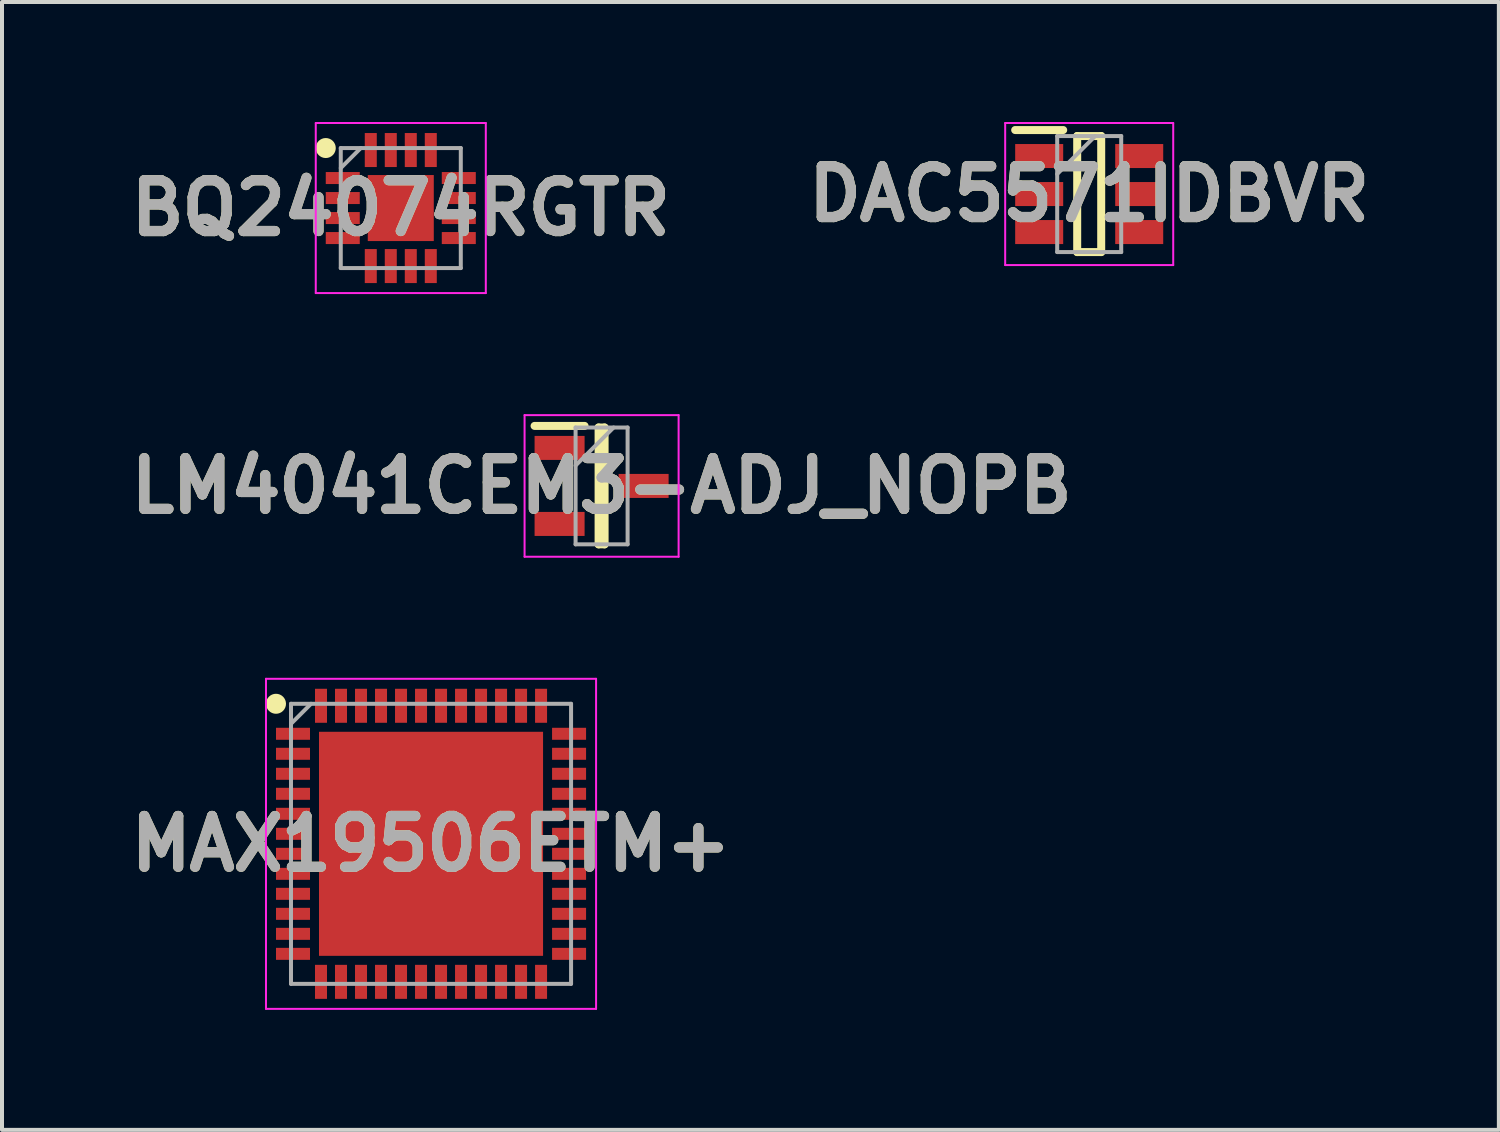
<source format=kicad_pcb>
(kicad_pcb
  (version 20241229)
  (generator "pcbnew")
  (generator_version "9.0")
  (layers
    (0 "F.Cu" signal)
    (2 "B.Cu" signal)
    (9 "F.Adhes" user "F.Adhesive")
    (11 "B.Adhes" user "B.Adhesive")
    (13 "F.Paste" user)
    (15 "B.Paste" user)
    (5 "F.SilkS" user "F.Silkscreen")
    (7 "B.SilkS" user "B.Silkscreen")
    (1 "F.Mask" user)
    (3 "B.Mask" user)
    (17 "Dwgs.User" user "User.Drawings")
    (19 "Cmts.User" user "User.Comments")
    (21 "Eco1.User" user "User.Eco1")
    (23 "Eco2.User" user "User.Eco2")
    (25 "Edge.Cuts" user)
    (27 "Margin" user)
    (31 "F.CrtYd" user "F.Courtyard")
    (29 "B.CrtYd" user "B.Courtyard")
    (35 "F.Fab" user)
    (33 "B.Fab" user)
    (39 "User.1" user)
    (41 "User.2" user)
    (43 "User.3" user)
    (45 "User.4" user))
  (footprint "DAC5571IDBVR"
    (layer "F.Cu")
    (at 24.173 1.8)
    (property "Reference" "DAC5571IDBVR" (at 0 0 0) (layer "F.SilkS") (effects (font (size 1.27 1.27) (thickness 0.254))))
    (attr smd)
    (fp_line (start -1.85 -1.6) (end -0.65 -1.6) (stroke (width 0.2) (type solid)) (layer "F.SilkS"))
    (fp_line (start -0.3 -1.45) (end 0.3 -1.45) (stroke (width 0.2) (type solid)) (layer "F.SilkS"))
    (fp_line (start -0.3 1.45) (end -0.3 -1.45) (stroke (width 0.2) (type solid)) (layer "F.SilkS"))
    (fp_line (start 0.3 -1.45) (end 0.3 1.45) (stroke (width 0.2) (type solid)) (layer "F.SilkS"))
    (fp_line (start 0.3 1.45) (end -0.3 1.45) (stroke (width 0.2) (type solid)) (layer "F.SilkS"))
    (fp_line (start -2.1 -1.775) (end 2.1 -1.775) (stroke (width 0.05) (type solid)) (layer "F.CrtYd"))
    (fp_line (start -2.1 1.775) (end -2.1 -1.775) (stroke (width 0.05) (type solid)) (layer "F.CrtYd"))
    (fp_line (start 2.1 -1.775) (end 2.1 1.775) (stroke (width 0.05) (type solid)) (layer "F.CrtYd"))
    (fp_line (start 2.1 1.775) (end -2.1 1.775) (stroke (width 0.05) (type solid)) (layer "F.CrtYd"))
    (fp_line (start -0.8 -1.45) (end 0.8 -1.45) (stroke (width 0.1) (type solid)) (layer "F.Fab"))
    (fp_line (start -0.8 -0.5) (end 0.15 -1.45) (stroke (width 0.1) (type solid)) (layer "F.Fab"))
    (fp_line (start -0.8 1.45) (end -0.8 -1.45) (stroke (width 0.1) (type solid)) (layer "F.Fab"))
    (fp_line (start 0.8 -1.45) (end 0.8 1.45) (stroke (width 0.1) (type solid)) (layer "F.Fab"))
    (fp_line (start 0.8 1.45) (end -0.8 1.45) (stroke (width 0.1) (type solid)) (layer "F.Fab"))
    (fp_text user "${REFERENCE}" (at 0 0 0) (layer "F.Fab") (effects (font (size 1.27 1.27) (thickness 0.254))))
    (pad "1" smd rect (at -1.25 -0.95 90) (size 0.6 1.2) (layers "F.Cu" "F.Mask" "F.Paste"))
    (pad "2" smd rect (at -1.25 0 90) (size 0.6 1.2) (layers "F.Cu" "F.Mask" "F.Paste"))
    (pad "3" smd rect (at -1.25 0.95 90) (size 0.6 1.2) (layers "F.Cu" "F.Mask" "F.Paste"))
    (pad "4" smd rect (at 1.25 0.95 90) (size 0.6 1.2) (layers "F.Cu" "F.Mask" "F.Paste"))
    (pad "5" smd rect (at 1.25 0 90) (size 0.6 1.2) (layers "F.Cu" "F.Mask" "F.Paste"))
    (pad "6" smd rect (at 1.25 -0.95 90) (size 0.6 1.2) (layers "F.Cu" "F.Mask" "F.Paste")))
  (footprint "BQ24074RGTR"
    (layer "F.Cu")
    (at 6.967 2.15)
    (property "Reference" "BQ24074RGTR" (at 0 0 0) (layer "F.SilkS") (effects (font (size 1.27 1.27) (thickness 0.254))))
    (attr smd)
    (fp_circle (center -1.875 -1.5) (end -1.875 -1.375) (stroke (width 0.25) (type solid)) (fill no) (layer "F.SilkS"))
    (fp_line (start -2.125 -2.125) (end 2.125 -2.125) (stroke (width 0.05) (type solid)) (layer "F.CrtYd"))
    (fp_line (start -2.125 2.125) (end -2.125 -2.125) (stroke (width 0.05) (type solid)) (layer "F.CrtYd"))
    (fp_line (start 2.125 -2.125) (end 2.125 2.125) (stroke (width 0.05) (type solid)) (layer "F.CrtYd"))
    (fp_line (start 2.125 2.125) (end -2.125 2.125) (stroke (width 0.05) (type solid)) (layer "F.CrtYd"))
    (fp_line (start -1.5 -1.5) (end 1.5 -1.5) (stroke (width 0.1) (type solid)) (layer "F.Fab"))
    (fp_line (start -1.5 -1) (end -1 -1.5) (stroke (width 0.1) (type solid)) (layer "F.Fab"))
    (fp_line (start -1.5 1.5) (end -1.5 -1.5) (stroke (width 0.1) (type solid)) (layer "F.Fab"))
    (fp_line (start 1.5 -1.5) (end 1.5 1.5) (stroke (width 0.1) (type solid)) (layer "F.Fab"))
    (fp_line (start 1.5 1.5) (end -1.5 1.5) (stroke (width 0.1) (type solid)) (layer "F.Fab"))
    (fp_text user "${REFERENCE}" (at 0 0 0) (layer "F.Fab") (effects (font (size 1.27 1.27) (thickness 0.254))))
    (pad "1" smd rect (at -1.45 -0.75 90) (size 0.3 0.85) (layers "F.Cu" "F.Mask" "F.Paste"))
    (pad "2" smd rect (at -1.45 -0.25 90) (size 0.3 0.85) (layers "F.Cu" "F.Mask" "F.Paste"))
    (pad "3" smd rect (at -1.45 0.25 90) (size 0.3 0.85) (layers "F.Cu" "F.Mask" "F.Paste"))
    (pad "4" smd rect (at -1.45 0.75 90) (size 0.3 0.85) (layers "F.Cu" "F.Mask" "F.Paste"))
    (pad "5" smd rect (at -0.75 1.45) (size 0.3 0.85) (layers "F.Cu" "F.Mask" "F.Paste"))
    (pad "6" smd rect (at -0.25 1.45) (size 0.3 0.85) (layers "F.Cu" "F.Mask" "F.Paste"))
    (pad "7" smd rect (at 0.25 1.45) (size 0.3 0.85) (layers "F.Cu" "F.Mask" "F.Paste"))
    (pad "8" smd rect (at 0.75 1.45) (size 0.3 0.85) (layers "F.Cu" "F.Mask" "F.Paste"))
    (pad "9" smd rect (at 1.45 0.75 90) (size 0.3 0.85) (layers "F.Cu" "F.Mask" "F.Paste"))
    (pad "10" smd rect (at 1.45 0.25 90) (size 0.3 0.85) (layers "F.Cu" "F.Mask" "F.Paste"))
    (pad "11" smd rect (at 1.45 -0.25 90) (size 0.3 0.85) (layers "F.Cu" "F.Mask" "F.Paste"))
    (pad "12" smd rect (at 1.45 -0.75 90) (size 0.3 0.85) (layers "F.Cu" "F.Mask" "F.Paste"))
    (pad "13" smd rect (at 0.75 -1.45) (size 0.3 0.85) (layers "F.Cu" "F.Mask" "F.Paste"))
    (pad "14" smd rect (at 0.25 -1.45) (size 0.3 0.85) (layers "F.Cu" "F.Mask" "F.Paste"))
    (pad "15" smd rect (at -0.25 -1.45) (size 0.3 0.85) (layers "F.Cu" "F.Mask" "F.Paste"))
    (pad "16" smd rect (at -0.75 -1.45) (size 0.3 0.85) (layers "F.Cu" "F.Mask" "F.Paste"))
    (pad "17" smd rect (at 0 0) (size 1.65 1.65) (layers "F.Cu" "F.Mask" "F.Paste")))
  (footprint "MAX19506ETM+"
    (layer "F.Cu")
    (at 7.723 18.04)
    (property "Reference" "MAX19506ETM+" (at 0 0 0) (layer "F.SilkS") (effects (font (size 1.27 1.27) (thickness 0.254))))
    (attr smd)
    (fp_circle (center -3.875 -3.5) (end -3.875 -3.375) (stroke (width 0.25) (type solid)) (fill no) (layer "F.SilkS"))
    (fp_line (start -4.125 -4.125) (end 4.125 -4.125) (stroke (width 0.05) (type solid)) (layer "F.CrtYd"))
    (fp_line (start -4.125 4.125) (end -4.125 -4.125) (stroke (width 0.05) (type solid)) (layer "F.CrtYd"))
    (fp_line (start 4.125 -4.125) (end 4.125 4.125) (stroke (width 0.05) (type solid)) (layer "F.CrtYd"))
    (fp_line (start 4.125 4.125) (end -4.125 4.125) (stroke (width 0.05) (type solid)) (layer "F.CrtYd"))
    (fp_line (start -3.5 -3.5) (end 3.5 -3.5) (stroke (width 0.1) (type solid)) (layer "F.Fab"))
    (fp_line (start -3.5 -3) (end -3 -3.5) (stroke (width 0.1) (type solid)) (layer "F.Fab"))
    (fp_line (start -3.5 3.5) (end -3.5 -3.5) (stroke (width 0.1) (type solid)) (layer "F.Fab"))
    (fp_line (start 3.5 -3.5) (end 3.5 3.5) (stroke (width 0.1) (type solid)) (layer "F.Fab"))
    (fp_line (start 3.5 3.5) (end -3.5 3.5) (stroke (width 0.1) (type solid)) (layer "F.Fab"))
    (fp_text user "${REFERENCE}" (at 0 0 0) (layer "F.Fab") (effects (font (size 1.27 1.27) (thickness 0.254))))
    (pad "1" smd rect (at -3.45 -2.75 90) (size 0.3 0.85) (layers "F.Cu" "F.Mask" "F.Paste"))
    (pad "2" smd rect (at -3.45 -2.25 90) (size 0.3 0.85) (layers "F.Cu" "F.Mask" "F.Paste"))
    (pad "3" smd rect (at -3.45 -1.75 90) (size 0.3 0.85) (layers "F.Cu" "F.Mask" "F.Paste"))
    (pad "4" smd rect (at -3.45 -1.25 90) (size 0.3 0.85) (layers "F.Cu" "F.Mask" "F.Paste"))
    (pad "5" smd rect (at -3.45 -0.75 90) (size 0.3 0.85) (layers "F.Cu" "F.Mask" "F.Paste"))
    (pad "6" smd rect (at -3.45 -0.25 90) (size 0.3 0.85) (layers "F.Cu" "F.Mask" "F.Paste"))
    (pad "7" smd rect (at -3.45 0.25 90) (size 0.3 0.85) (layers "F.Cu" "F.Mask" "F.Paste"))
    (pad "8" smd rect (at -3.45 0.75 90) (size 0.3 0.85) (layers "F.Cu" "F.Mask" "F.Paste"))
    (pad "9" smd rect (at -3.45 1.25 90) (size 0.3 0.85) (layers "F.Cu" "F.Mask" "F.Paste"))
    (pad "10" smd rect (at -3.45 1.75 90) (size 0.3 0.85) (layers "F.Cu" "F.Mask" "F.Paste"))
    (pad "11" smd rect (at -3.45 2.25 90) (size 0.3 0.85) (layers "F.Cu" "F.Mask" "F.Paste"))
    (pad "12" smd rect (at -3.45 2.75 90) (size 0.3 0.85) (layers "F.Cu" "F.Mask" "F.Paste"))
    (pad "13" smd rect (at -2.75 3.45) (size 0.3 0.85) (layers "F.Cu" "F.Mask" "F.Paste"))
    (pad "14" smd rect (at -2.25 3.45) (size 0.3 0.85) (layers "F.Cu" "F.Mask" "F.Paste"))
    (pad "15" smd rect (at -1.75 3.45) (size 0.3 0.85) (layers "F.Cu" "F.Mask" "F.Paste"))
    (pad "16" smd rect (at -1.25 3.45) (size 0.3 0.85) (layers "F.Cu" "F.Mask" "F.Paste"))
    (pad "17" smd rect (at -0.75 3.45) (size 0.3 0.85) (layers "F.Cu" "F.Mask" "F.Paste"))
    (pad "18" smd rect (at -0.25 3.45) (size 0.3 0.85) (layers "F.Cu" "F.Mask" "F.Paste"))
    (pad "19" smd rect (at 0.25 3.45) (size 0.3 0.85) (layers "F.Cu" "F.Mask" "F.Paste"))
    (pad "20" smd rect (at 0.75 3.45) (size 0.3 0.85) (layers "F.Cu" "F.Mask" "F.Paste"))
    (pad "21" smd rect (at 1.25 3.45) (size 0.3 0.85) (layers "F.Cu" "F.Mask" "F.Paste"))
    (pad "22" smd rect (at 1.75 3.45) (size 0.3 0.85) (layers "F.Cu" "F.Mask" "F.Paste"))
    (pad "23" smd rect (at 2.25 3.45) (size 0.3 0.85) (layers "F.Cu" "F.Mask" "F.Paste"))
    (pad "24" smd rect (at 2.75 3.45) (size 0.3 0.85) (layers "F.Cu" "F.Mask" "F.Paste"))
    (pad "25" smd rect (at 3.45 2.75 90) (size 0.3 0.85) (layers "F.Cu" "F.Mask" "F.Paste"))
    (pad "26" smd rect (at 3.45 2.25 90) (size 0.3 0.85) (layers "F.Cu" "F.Mask" "F.Paste"))
    (pad "27" smd rect (at 3.45 1.75 90) (size 0.3 0.85) (layers "F.Cu" "F.Mask" "F.Paste"))
    (pad "28" smd rect (at 3.45 1.25 90) (size 0.3 0.85) (layers "F.Cu" "F.Mask" "F.Paste"))
    (pad "29" smd rect (at 3.45 0.75 90) (size 0.3 0.85) (layers "F.Cu" "F.Mask" "F.Paste"))
    (pad "30" smd rect (at 3.45 0.25 90) (size 0.3 0.85) (layers "F.Cu" "F.Mask" "F.Paste"))
    (pad "31" smd rect (at 3.45 -0.25 90) (size 0.3 0.85) (layers "F.Cu" "F.Mask" "F.Paste"))
    (pad "32" smd rect (at 3.45 -0.75 90) (size 0.3 0.85) (layers "F.Cu" "F.Mask" "F.Paste"))
    (pad "33" smd rect (at 3.45 -1.25 90) (size 0.3 0.85) (layers "F.Cu" "F.Mask" "F.Paste"))
    (pad "34" smd rect (at 3.45 -1.75 90) (size 0.3 0.85) (layers "F.Cu" "F.Mask" "F.Paste"))
    (pad "35" smd rect (at 3.45 -2.25 90) (size 0.3 0.85) (layers "F.Cu" "F.Mask" "F.Paste"))
    (pad "36" smd rect (at 3.45 -2.75 90) (size 0.3 0.85) (layers "F.Cu" "F.Mask" "F.Paste"))
    (pad "37" smd rect (at 2.75 -3.45) (size 0.3 0.85) (layers "F.Cu" "F.Mask" "F.Paste"))
    (pad "38" smd rect (at 2.25 -3.45) (size 0.3 0.85) (layers "F.Cu" "F.Mask" "F.Paste"))
    (pad "39" smd rect (at 1.75 -3.45) (size 0.3 0.85) (layers "F.Cu" "F.Mask" "F.Paste"))
    (pad "40" smd rect (at 1.25 -3.45) (size 0.3 0.85) (layers "F.Cu" "F.Mask" "F.Paste"))
    (pad "41" smd rect (at 0.75 -3.45) (size 0.3 0.85) (layers "F.Cu" "F.Mask" "F.Paste"))
    (pad "42" smd rect (at 0.25 -3.45) (size 0.3 0.85) (layers "F.Cu" "F.Mask" "F.Paste"))
    (pad "43" smd rect (at -0.25 -3.45) (size 0.3 0.85) (layers "F.Cu" "F.Mask" "F.Paste"))
    (pad "44" smd rect (at -0.75 -3.45) (size 0.3 0.85) (layers "F.Cu" "F.Mask" "F.Paste"))
    (pad "45" smd rect (at -1.25 -3.45) (size 0.3 0.85) (layers "F.Cu" "F.Mask" "F.Paste"))
    (pad "46" smd rect (at -1.75 -3.45) (size 0.3 0.85) (layers "F.Cu" "F.Mask" "F.Paste"))
    (pad "47" smd rect (at -2.25 -3.45) (size 0.3 0.85) (layers "F.Cu" "F.Mask" "F.Paste"))
    (pad "48" smd rect (at -2.75 -3.45) (size 0.3 0.85) (layers "F.Cu" "F.Mask" "F.Paste"))
    (pad "49" smd rect (at 0 0) (size 5.6 5.6) (layers "F.Cu" "F.Mask" "F.Paste")))
  (footprint "LM4041CEM3-ADJ_NOPB"
    (layer "F.Cu")
    (at 11.986 9.095)
    (property "Reference" "LM4041CEM3-ADJ_NOPB" (at 0 0 0) (layer "F.SilkS") (effects (font (size 1.27 1.27) (thickness 0.254))))
    (attr smd)
    (fp_line (start -1.675 -1.5) (end -0.425 -1.5) (stroke (width 0.2) (type solid)) (layer "F.SilkS"))
    (fp_line (start -0.075 -1.46) (end 0.075 -1.46) (stroke (width 0.2) (type solid)) (layer "F.SilkS"))
    (fp_line (start -0.075 1.46) (end -0.075 -1.46) (stroke (width 0.2) (type solid)) (layer "F.SilkS"))
    (fp_line (start 0.075 -1.46) (end 0.075 1.46) (stroke (width 0.2) (type solid)) (layer "F.SilkS"))
    (fp_line (start 0.075 1.46) (end -0.075 1.46) (stroke (width 0.2) (type solid)) (layer "F.SilkS"))
    (fp_line (start -1.925 -1.77) (end 1.925 -1.77) (stroke (width 0.05) (type solid)) (layer "F.CrtYd"))
    (fp_line (start -1.925 1.77) (end -1.925 -1.77) (stroke (width 0.05) (type solid)) (layer "F.CrtYd"))
    (fp_line (start 1.925 -1.77) (end 1.925 1.77) (stroke (width 0.05) (type solid)) (layer "F.CrtYd"))
    (fp_line (start 1.925 1.77) (end -1.925 1.77) (stroke (width 0.05) (type solid)) (layer "F.CrtYd"))
    (fp_line (start -0.65 -1.46) (end 0.65 -1.46) (stroke (width 0.1) (type solid)) (layer "F.Fab"))
    (fp_line (start -0.65 -0.51) (end 0.3 -1.46) (stroke (width 0.1) (type solid)) (layer "F.Fab"))
    (fp_line (start -0.65 1.46) (end -0.65 -1.46) (stroke (width 0.1) (type solid)) (layer "F.Fab"))
    (fp_line (start 0.65 -1.46) (end 0.65 1.46) (stroke (width 0.1) (type solid)) (layer "F.Fab"))
    (fp_line (start 0.65 1.46) (end -0.65 1.46) (stroke (width 0.1) (type solid)) (layer "F.Fab"))
    (fp_text user "${REFERENCE}" (at 0 0 0) (layer "F.Fab") (effects (font (size 1.27 1.27) (thickness 0.254))))
    (pad "1" smd rect (at -1.05 -0.95 90) (size 0.6 1.25) (layers "F.Cu" "F.Mask" "F.Paste"))
    (pad "2" smd rect (at -1.05 0.95 90) (size 0.6 1.25) (layers "F.Cu" "F.Mask" "F.Paste"))
    (pad "3" smd rect (at 1.05 0 90) (size 0.6 1.25) (layers "F.Cu" "F.Mask" "F.Paste")))
  (gr_rect
    (start -3 -3)
    (end 34.412 25.19)
    (stroke (width 0.1) (type default))
    (fill no)
    (layer "Edge.Cuts")))
</source>
